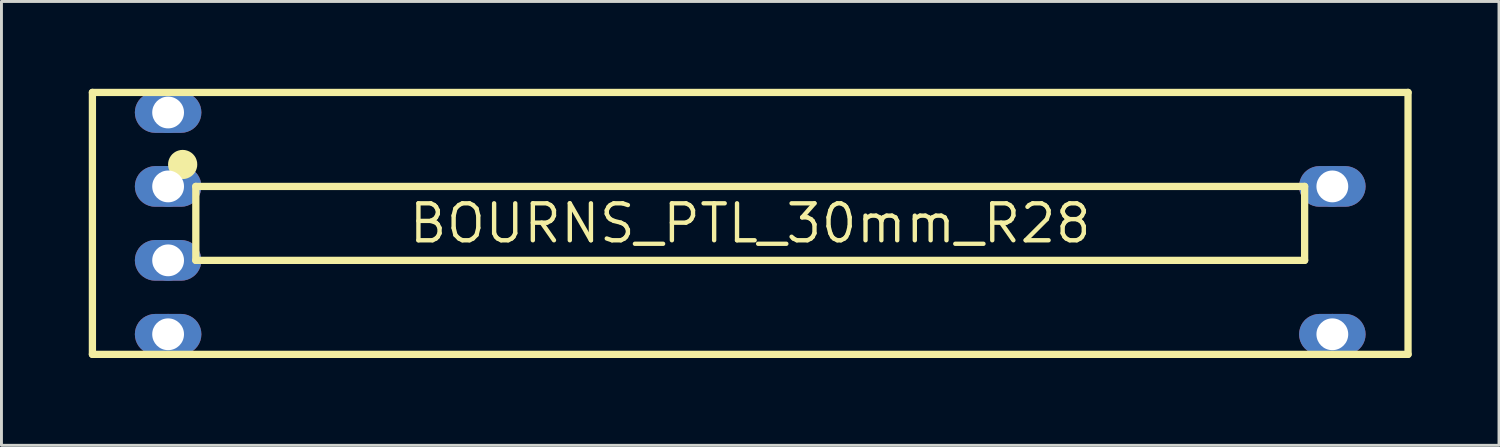
<source format=kicad_pcb>
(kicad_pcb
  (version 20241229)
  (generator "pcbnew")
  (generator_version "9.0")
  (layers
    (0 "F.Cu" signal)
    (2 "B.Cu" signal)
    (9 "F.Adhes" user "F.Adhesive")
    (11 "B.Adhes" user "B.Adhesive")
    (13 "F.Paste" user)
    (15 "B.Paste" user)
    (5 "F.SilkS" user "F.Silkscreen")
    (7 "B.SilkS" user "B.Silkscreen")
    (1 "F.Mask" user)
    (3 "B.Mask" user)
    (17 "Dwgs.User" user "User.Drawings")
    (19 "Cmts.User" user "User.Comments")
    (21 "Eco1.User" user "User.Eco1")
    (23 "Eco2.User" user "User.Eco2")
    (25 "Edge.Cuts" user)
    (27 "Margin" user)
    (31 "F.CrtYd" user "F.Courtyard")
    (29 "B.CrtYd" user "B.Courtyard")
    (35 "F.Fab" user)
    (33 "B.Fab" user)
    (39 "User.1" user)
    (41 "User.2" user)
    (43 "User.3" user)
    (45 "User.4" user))
  (footprint "BOURNS_PTL_30mm_R28"
    (layer "F.Cu")
    (at 22.726 4.625)
    (property "Reference" "BOURNS_PTL_30mm_R28" (at 0 0 0) (layer "F.SilkS") (effects (font (size 1.27 1.27) (thickness 0.15))))
    (fp_poly (pts (xy -19.446 -4.5) (xy -19.34 -4.474) (xy -19.239 -4.432) (xy -19.145 -4.375) (xy -19.061 -4.304) (xy -18.99 -4.221) (xy -18.933 -4.127) (xy -18.891 -4.026) (xy -18.866 -3.919) (xy -18.857 -3.81) (xy -18.866 -3.701) (xy -18.891 -3.594) (xy -18.933 -3.493) (xy -18.99 -3.399) (xy -19.061 -3.316) (xy -19.145 -3.245) (xy -19.239 -3.188) (xy -19.34 -3.146) (xy -19.446 -3.12) (xy -19.556 -3.111) (xy -20.444 -3.111) (xy -20.554 -3.12) (xy -20.66 -3.146) (xy -20.761 -3.188) (xy -20.855 -3.245) (xy -20.939 -3.316) (xy -21.01 -3.399) (xy -21.067 -3.493) (xy -21.109 -3.594) (xy -21.134 -3.701) (xy -21.143 -3.81) (xy -21.134 -3.919) (xy -21.109 -4.026) (xy -21.067 -4.127) (xy -21.01 -4.221) (xy -20.939 -4.304) (xy -20.855 -4.375) (xy -20.761 -4.432) (xy -20.66 -4.474) (xy -20.554 -4.5) (xy -20.444 -4.508) (xy -19.556 -4.508)) (stroke (width 0) (type default)) (fill yes) (layer "F.Cu"))
    (fp_poly (pts (xy -19.446 -1.96) (xy -19.34 -1.934) (xy -19.239 -1.892) (xy -19.145 -1.835) (xy -19.061 -1.764) (xy -18.99 -1.681) (xy -18.933 -1.587) (xy -18.891 -1.486) (xy -18.866 -1.379) (xy -18.857 -1.27) (xy -18.866 -1.161) (xy -18.891 -1.054) (xy -18.933 -0.953) (xy -18.99 -0.859) (xy -19.061 -0.776) (xy -19.145 -0.705) (xy -19.239 -0.648) (xy -19.34 -0.606) (xy -19.446 -0.58) (xy -19.556 -0.571) (xy -20.444 -0.571) (xy -20.554 -0.58) (xy -20.66 -0.606) (xy -20.761 -0.648) (xy -20.855 -0.705) (xy -20.939 -0.776) (xy -21.01 -0.859) (xy -21.067 -0.953) (xy -21.109 -1.054) (xy -21.134 -1.161) (xy -21.143 -1.27) (xy -21.134 -1.379) (xy -21.109 -1.486) (xy -21.067 -1.587) (xy -21.01 -1.681) (xy -20.939 -1.764) (xy -20.855 -1.835) (xy -20.761 -1.892) (xy -20.66 -1.934) (xy -20.554 -1.96) (xy -20.444 -1.969) (xy -19.556 -1.969)) (stroke (width 0) (type default)) (fill yes) (layer "F.Cu"))
    (fp_poly (pts (xy -19.446 0.58) (xy -19.34 0.606) (xy -19.239 0.648) (xy -19.145 0.705) (xy -19.061 0.776) (xy -18.99 0.859) (xy -18.933 0.953) (xy -18.891 1.054) (xy -18.866 1.161) (xy -18.857 1.27) (xy -18.866 1.379) (xy -18.891 1.486) (xy -18.933 1.587) (xy -18.99 1.681) (xy -19.061 1.764) (xy -19.145 1.835) (xy -19.239 1.892) (xy -19.34 1.934) (xy -19.446 1.96) (xy -19.556 1.969) (xy -20.444 1.969) (xy -20.554 1.96) (xy -20.66 1.934) (xy -20.761 1.892) (xy -20.855 1.835) (xy -20.939 1.764) (xy -21.01 1.681) (xy -21.067 1.587) (xy -21.109 1.486) (xy -21.134 1.379) (xy -21.143 1.27) (xy -21.134 1.161) (xy -21.109 1.054) (xy -21.067 0.953) (xy -21.01 0.859) (xy -20.939 0.776) (xy -20.855 0.705) (xy -20.761 0.648) (xy -20.66 0.606) (xy -20.554 0.58) (xy -20.444 0.571) (xy -19.556 0.571)) (stroke (width 0) (type default)) (fill yes) (layer "F.Cu"))
    (fp_poly (pts (xy -19.446 3.12) (xy -19.34 3.146) (xy -19.239 3.188) (xy -19.145 3.245) (xy -19.061 3.316) (xy -18.99 3.399) (xy -18.933 3.493) (xy -18.891 3.594) (xy -18.866 3.701) (xy -18.857 3.81) (xy -18.866 3.919) (xy -18.891 4.026) (xy -18.933 4.127) (xy -18.99 4.221) (xy -19.061 4.304) (xy -19.145 4.375) (xy -19.239 4.432) (xy -19.34 4.474) (xy -19.446 4.5) (xy -19.556 4.508) (xy -20.444 4.508) (xy -20.554 4.5) (xy -20.66 4.474) (xy -20.761 4.432) (xy -20.855 4.375) (xy -20.939 4.304) (xy -21.01 4.221) (xy -21.067 4.127) (xy -21.109 4.026) (xy -21.134 3.919) (xy -21.143 3.81) (xy -21.134 3.701) (xy -21.109 3.594) (xy -21.067 3.493) (xy -21.01 3.399) (xy -20.939 3.316) (xy -20.855 3.245) (xy -20.761 3.188) (xy -20.66 3.146) (xy -20.554 3.12) (xy -20.444 3.111) (xy -19.556 3.111)) (stroke (width 0) (type default)) (fill yes) (layer "F.Cu"))
    (fp_poly (pts (xy 20.554 -1.96) (xy 20.66 -1.934) (xy 20.761 -1.892) (xy 20.855 -1.835) (xy 20.939 -1.764) (xy 21.01 -1.681) (xy 21.067 -1.587) (xy 21.109 -1.486) (xy 21.134 -1.379) (xy 21.143 -1.27) (xy 21.134 -1.161) (xy 21.109 -1.054) (xy 21.067 -0.953) (xy 21.01 -0.859) (xy 20.939 -0.776) (xy 20.855 -0.705) (xy 20.761 -0.648) (xy 20.66 -0.606) (xy 20.554 -0.58) (xy 20.444 -0.571) (xy 19.556 -0.571) (xy 19.446 -0.58) (xy 19.34 -0.606) (xy 19.239 -0.648) (xy 19.145 -0.705) (xy 19.061 -0.776) (xy 18.99 -0.859) (xy 18.933 -0.953) (xy 18.891 -1.054) (xy 18.866 -1.161) (xy 18.857 -1.27) (xy 18.866 -1.379) (xy 18.891 -1.486) (xy 18.933 -1.587) (xy 18.99 -1.681) (xy 19.061 -1.764) (xy 19.145 -1.835) (xy 19.239 -1.892) (xy 19.34 -1.934) (xy 19.446 -1.96) (xy 19.556 -1.969) (xy 20.444 -1.969)) (stroke (width 0) (type default)) (fill yes) (layer "F.Cu"))
    (fp_poly (pts (xy 20.554 3.12) (xy 20.66 3.146) (xy 20.761 3.188) (xy 20.855 3.245) (xy 20.939 3.316) (xy 21.01 3.399) (xy 21.067 3.493) (xy 21.109 3.594) (xy 21.134 3.701) (xy 21.143 3.81) (xy 21.134 3.919) (xy 21.109 4.026) (xy 21.067 4.127) (xy 21.01 4.221) (xy 20.939 4.304) (xy 20.855 4.375) (xy 20.761 4.432) (xy 20.66 4.474) (xy 20.554 4.5) (xy 20.444 4.508) (xy 19.556 4.508) (xy 19.446 4.5) (xy 19.34 4.474) (xy 19.239 4.432) (xy 19.145 4.375) (xy 19.061 4.304) (xy 18.99 4.221) (xy 18.933 4.127) (xy 18.891 4.026) (xy 18.866 3.919) (xy 18.857 3.81) (xy 18.866 3.701) (xy 18.891 3.594) (xy 18.933 3.493) (xy 18.99 3.399) (xy 19.061 3.316) (xy 19.145 3.245) (xy 19.239 3.188) (xy 19.34 3.146) (xy 19.446 3.12) (xy 19.556 3.111) (xy 20.444 3.111)) (stroke (width 0) (type default)) (fill yes) (layer "F.Cu"))
    (fp_poly (pts (xy -19.43 -4.601) (xy -19.308 -4.572) (xy -19.192 -4.524) (xy -19.084 -4.458) (xy -18.989 -4.377) (xy -18.907 -4.281) (xy -18.842 -4.173) (xy -18.794 -4.057) (xy -18.764 -3.935) (xy -18.754 -3.81) (xy -18.764 -3.685) (xy -18.794 -3.563) (xy -18.842 -3.447) (xy -18.907 -3.339) (xy -18.989 -3.243) (xy -19.084 -3.162) (xy -19.192 -3.096) (xy -19.308 -3.048) (xy -19.43 -3.019) (xy -19.556 -3.009) (xy -20.444 -3.009) (xy -20.57 -3.019) (xy -20.692 -3.048) (xy -20.808 -3.096) (xy -20.916 -3.162) (xy -21.011 -3.243) (xy -21.093 -3.339) (xy -21.158 -3.447) (xy -21.206 -3.563) (xy -21.236 -3.685) (xy -21.246 -3.81) (xy -21.236 -3.935) (xy -21.206 -4.057) (xy -21.158 -4.173) (xy -21.093 -4.281) (xy -21.011 -4.377) (xy -20.916 -4.458) (xy -20.808 -4.524) (xy -20.692 -4.572) (xy -20.57 -4.601) (xy -20.444 -4.611) (xy -19.556 -4.611)) (stroke (width 0) (type default)) (fill yes) (layer "F.Mask"))
    (fp_poly (pts (xy -19.43 -2.061) (xy -19.308 -2.032) (xy -19.192 -1.984) (xy -19.084 -1.918) (xy -18.989 -1.837) (xy -18.907 -1.741) (xy -18.842 -1.633) (xy -18.794 -1.517) (xy -18.764 -1.395) (xy -18.754 -1.27) (xy -18.764 -1.145) (xy -18.794 -1.023) (xy -18.842 -0.907) (xy -18.907 -0.799) (xy -18.989 -0.703) (xy -19.084 -0.622) (xy -19.192 -0.556) (xy -19.308 -0.508) (xy -19.43 -0.479) (xy -19.556 -0.469) (xy -20.444 -0.469) (xy -20.57 -0.479) (xy -20.692 -0.508) (xy -20.808 -0.556) (xy -20.916 -0.622) (xy -21.011 -0.703) (xy -21.093 -0.799) (xy -21.158 -0.907) (xy -21.206 -1.023) (xy -21.236 -1.145) (xy -21.246 -1.27) (xy -21.236 -1.395) (xy -21.206 -1.517) (xy -21.158 -1.633) (xy -21.093 -1.741) (xy -21.011 -1.837) (xy -20.916 -1.918) (xy -20.808 -1.984) (xy -20.692 -2.032) (xy -20.57 -2.061) (xy -20.444 -2.071) (xy -19.556 -2.071)) (stroke (width 0) (type default)) (fill yes) (layer "F.Mask"))
    (fp_poly (pts (xy -19.43 0.479) (xy -19.308 0.508) (xy -19.192 0.556) (xy -19.084 0.622) (xy -18.989 0.703) (xy -18.907 0.799) (xy -18.842 0.907) (xy -18.794 1.023) (xy -18.764 1.145) (xy -18.754 1.27) (xy -18.764 1.395) (xy -18.794 1.517) (xy -18.842 1.633) (xy -18.907 1.741) (xy -18.989 1.837) (xy -19.084 1.918) (xy -19.192 1.984) (xy -19.308 2.032) (xy -19.43 2.061) (xy -19.556 2.071) (xy -20.444 2.071) (xy -20.57 2.061) (xy -20.692 2.032) (xy -20.808 1.984) (xy -20.916 1.918) (xy -21.011 1.837) (xy -21.093 1.741) (xy -21.158 1.633) (xy -21.206 1.517) (xy -21.236 1.395) (xy -21.246 1.27) (xy -21.236 1.145) (xy -21.206 1.023) (xy -21.158 0.907) (xy -21.093 0.799) (xy -21.011 0.703) (xy -20.916 0.622) (xy -20.808 0.556) (xy -20.692 0.508) (xy -20.57 0.479) (xy -20.444 0.469) (xy -19.556 0.469)) (stroke (width 0) (type default)) (fill yes) (layer "F.Mask"))
    (fp_poly (pts (xy -19.43 3.019) (xy -19.308 3.048) (xy -19.192 3.096) (xy -19.084 3.162) (xy -18.989 3.243) (xy -18.907 3.339) (xy -18.842 3.447) (xy -18.794 3.563) (xy -18.764 3.685) (xy -18.754 3.81) (xy -18.764 3.935) (xy -18.794 4.057) (xy -18.842 4.173) (xy -18.907 4.281) (xy -18.989 4.377) (xy -19.084 4.458) (xy -19.192 4.524) (xy -19.308 4.572) (xy -19.43 4.601) (xy -19.556 4.611) (xy -20.444 4.611) (xy -20.57 4.601) (xy -20.692 4.572) (xy -20.808 4.524) (xy -20.916 4.458) (xy -21.011 4.377) (xy -21.093 4.281) (xy -21.158 4.173) (xy -21.206 4.057) (xy -21.236 3.935) (xy -21.246 3.81) (xy -21.236 3.685) (xy -21.206 3.563) (xy -21.158 3.447) (xy -21.093 3.339) (xy -21.011 3.243) (xy -20.916 3.162) (xy -20.808 3.096) (xy -20.692 3.048) (xy -20.57 3.019) (xy -20.444 3.009) (xy -19.556 3.009)) (stroke (width 0) (type default)) (fill yes) (layer "F.Mask"))
    (fp_poly (pts (xy 20.57 -2.061) (xy 20.692 -2.032) (xy 20.808 -1.984) (xy 20.916 -1.918) (xy 21.011 -1.837) (xy 21.093 -1.741) (xy 21.158 -1.633) (xy 21.206 -1.517) (xy 21.236 -1.395) (xy 21.246 -1.27) (xy 21.236 -1.145) (xy 21.206 -1.023) (xy 21.158 -0.907) (xy 21.093 -0.799) (xy 21.011 -0.703) (xy 20.916 -0.622) (xy 20.808 -0.556) (xy 20.692 -0.508) (xy 20.57 -0.479) (xy 20.444 -0.469) (xy 19.556 -0.469) (xy 19.43 -0.479) (xy 19.308 -0.508) (xy 19.192 -0.556) (xy 19.084 -0.622) (xy 18.989 -0.703) (xy 18.907 -0.799) (xy 18.842 -0.907) (xy 18.794 -1.023) (xy 18.764 -1.145) (xy 18.754 -1.27) (xy 18.764 -1.395) (xy 18.794 -1.517) (xy 18.842 -1.633) (xy 18.907 -1.741) (xy 18.989 -1.837) (xy 19.084 -1.918) (xy 19.192 -1.984) (xy 19.308 -2.032) (xy 19.43 -2.061) (xy 19.556 -2.071) (xy 20.444 -2.071)) (stroke (width 0) (type default)) (fill yes) (layer "F.Mask"))
    (fp_poly (pts (xy 20.57 3.019) (xy 20.692 3.048) (xy 20.808 3.096) (xy 20.916 3.162) (xy 21.011 3.243) (xy 21.093 3.339) (xy 21.158 3.447) (xy 21.206 3.563) (xy 21.236 3.685) (xy 21.246 3.81) (xy 21.236 3.935) (xy 21.206 4.057) (xy 21.158 4.173) (xy 21.093 4.281) (xy 21.011 4.377) (xy 20.916 4.458) (xy 20.808 4.524) (xy 20.692 4.572) (xy 20.57 4.601) (xy 20.444 4.611) (xy 19.556 4.611) (xy 19.43 4.601) (xy 19.308 4.572) (xy 19.192 4.524) (xy 19.084 4.458) (xy 18.989 4.377) (xy 18.907 4.281) (xy 18.842 4.173) (xy 18.794 4.057) (xy 18.764 3.935) (xy 18.754 3.81) (xy 18.764 3.685) (xy 18.794 3.563) (xy 18.842 3.447) (xy 18.907 3.339) (xy 18.989 3.243) (xy 19.084 3.162) (xy 19.192 3.096) (xy 19.308 3.048) (xy 19.43 3.019) (xy 19.556 3.009) (xy 20.444 3.009)) (stroke (width 0) (type default)) (fill yes) (layer "F.Mask"))
    (fp_poly (pts (xy -19.446 -4.5) (xy -19.34 -4.474) (xy -19.239 -4.432) (xy -19.145 -4.375) (xy -19.061 -4.304) (xy -18.99 -4.221) (xy -18.933 -4.127) (xy -18.891 -4.026) (xy -18.866 -3.919) (xy -18.857 -3.81) (xy -18.866 -3.701) (xy -18.891 -3.594) (xy -18.933 -3.493) (xy -18.99 -3.399) (xy -19.061 -3.316) (xy -19.145 -3.245) (xy -19.239 -3.188) (xy -19.34 -3.146) (xy -19.446 -3.12) (xy -19.556 -3.111) (xy -20.444 -3.111) (xy -20.554 -3.12) (xy -20.66 -3.146) (xy -20.761 -3.188) (xy -20.855 -3.245) (xy -20.939 -3.316) (xy -21.01 -3.399) (xy -21.067 -3.493) (xy -21.109 -3.594) (xy -21.134 -3.701) (xy -21.143 -3.81) (xy -21.134 -3.919) (xy -21.109 -4.026) (xy -21.067 -4.127) (xy -21.01 -4.221) (xy -20.939 -4.304) (xy -20.855 -4.375) (xy -20.761 -4.432) (xy -20.66 -4.474) (xy -20.554 -4.5) (xy -20.444 -4.508) (xy -19.556 -4.508)) (stroke (width 0) (type default)) (fill yes) (layer "B.Cu"))
    (fp_poly (pts (xy -19.446 -1.96) (xy -19.34 -1.934) (xy -19.239 -1.892) (xy -19.145 -1.835) (xy -19.061 -1.764) (xy -18.99 -1.681) (xy -18.933 -1.587) (xy -18.891 -1.486) (xy -18.866 -1.379) (xy -18.857 -1.27) (xy -18.866 -1.161) (xy -18.891 -1.054) (xy -18.933 -0.953) (xy -18.99 -0.859) (xy -19.061 -0.776) (xy -19.145 -0.705) (xy -19.239 -0.648) (xy -19.34 -0.606) (xy -19.446 -0.58) (xy -19.556 -0.571) (xy -20.444 -0.571) (xy -20.554 -0.58) (xy -20.66 -0.606) (xy -20.761 -0.648) (xy -20.855 -0.705) (xy -20.939 -0.776) (xy -21.01 -0.859) (xy -21.067 -0.953) (xy -21.109 -1.054) (xy -21.134 -1.161) (xy -21.143 -1.27) (xy -21.134 -1.379) (xy -21.109 -1.486) (xy -21.067 -1.587) (xy -21.01 -1.681) (xy -20.939 -1.764) (xy -20.855 -1.835) (xy -20.761 -1.892) (xy -20.66 -1.934) (xy -20.554 -1.96) (xy -20.444 -1.969) (xy -19.556 -1.969)) (stroke (width 0) (type default)) (fill yes) (layer "B.Cu"))
    (fp_poly (pts (xy -19.446 0.58) (xy -19.34 0.606) (xy -19.239 0.648) (xy -19.145 0.705) (xy -19.061 0.776) (xy -18.99 0.859) (xy -18.933 0.953) (xy -18.891 1.054) (xy -18.866 1.161) (xy -18.857 1.27) (xy -18.866 1.379) (xy -18.891 1.486) (xy -18.933 1.587) (xy -18.99 1.681) (xy -19.061 1.764) (xy -19.145 1.835) (xy -19.239 1.892) (xy -19.34 1.934) (xy -19.446 1.96) (xy -19.556 1.969) (xy -20.444 1.969) (xy -20.554 1.96) (xy -20.66 1.934) (xy -20.761 1.892) (xy -20.855 1.835) (xy -20.939 1.764) (xy -21.01 1.681) (xy -21.067 1.587) (xy -21.109 1.486) (xy -21.134 1.379) (xy -21.143 1.27) (xy -21.134 1.161) (xy -21.109 1.054) (xy -21.067 0.953) (xy -21.01 0.859) (xy -20.939 0.776) (xy -20.855 0.705) (xy -20.761 0.648) (xy -20.66 0.606) (xy -20.554 0.58) (xy -20.444 0.571) (xy -19.556 0.571)) (stroke (width 0) (type default)) (fill yes) (layer "B.Cu"))
    (fp_poly (pts (xy -19.446 3.12) (xy -19.34 3.146) (xy -19.239 3.188) (xy -19.145 3.245) (xy -19.061 3.316) (xy -18.99 3.399) (xy -18.933 3.493) (xy -18.891 3.594) (xy -18.866 3.701) (xy -18.857 3.81) (xy -18.866 3.919) (xy -18.891 4.026) (xy -18.933 4.127) (xy -18.99 4.221) (xy -19.061 4.304) (xy -19.145 4.375) (xy -19.239 4.432) (xy -19.34 4.474) (xy -19.446 4.5) (xy -19.556 4.508) (xy -20.444 4.508) (xy -20.554 4.5) (xy -20.66 4.474) (xy -20.761 4.432) (xy -20.855 4.375) (xy -20.939 4.304) (xy -21.01 4.221) (xy -21.067 4.127) (xy -21.109 4.026) (xy -21.134 3.919) (xy -21.143 3.81) (xy -21.134 3.701) (xy -21.109 3.594) (xy -21.067 3.493) (xy -21.01 3.399) (xy -20.939 3.316) (xy -20.855 3.245) (xy -20.761 3.188) (xy -20.66 3.146) (xy -20.554 3.12) (xy -20.444 3.111) (xy -19.556 3.111)) (stroke (width 0) (type default)) (fill yes) (layer "B.Cu"))
    (fp_poly (pts (xy 20.554 -1.96) (xy 20.66 -1.934) (xy 20.761 -1.892) (xy 20.855 -1.835) (xy 20.939 -1.764) (xy 21.01 -1.681) (xy 21.067 -1.587) (xy 21.109 -1.486) (xy 21.134 -1.379) (xy 21.143 -1.27) (xy 21.134 -1.161) (xy 21.109 -1.054) (xy 21.067 -0.953) (xy 21.01 -0.859) (xy 20.939 -0.776) (xy 20.855 -0.705) (xy 20.761 -0.648) (xy 20.66 -0.606) (xy 20.554 -0.58) (xy 20.444 -0.571) (xy 19.556 -0.571) (xy 19.446 -0.58) (xy 19.34 -0.606) (xy 19.239 -0.648) (xy 19.145 -0.705) (xy 19.061 -0.776) (xy 18.99 -0.859) (xy 18.933 -0.953) (xy 18.891 -1.054) (xy 18.866 -1.161) (xy 18.857 -1.27) (xy 18.866 -1.379) (xy 18.891 -1.486) (xy 18.933 -1.587) (xy 18.99 -1.681) (xy 19.061 -1.764) (xy 19.145 -1.835) (xy 19.239 -1.892) (xy 19.34 -1.934) (xy 19.446 -1.96) (xy 19.556 -1.969) (xy 20.444 -1.969)) (stroke (width 0) (type default)) (fill yes) (layer "B.Cu"))
    (fp_poly (pts (xy 20.554 3.12) (xy 20.66 3.146) (xy 20.761 3.188) (xy 20.855 3.245) (xy 20.939 3.316) (xy 21.01 3.399) (xy 21.067 3.493) (xy 21.109 3.594) (xy 21.134 3.701) (xy 21.143 3.81) (xy 21.134 3.919) (xy 21.109 4.026) (xy 21.067 4.127) (xy 21.01 4.221) (xy 20.939 4.304) (xy 20.855 4.375) (xy 20.761 4.432) (xy 20.66 4.474) (xy 20.554 4.5) (xy 20.444 4.508) (xy 19.556 4.508) (xy 19.446 4.5) (xy 19.34 4.474) (xy 19.239 4.432) (xy 19.145 4.375) (xy 19.061 4.304) (xy 18.99 4.221) (xy 18.933 4.127) (xy 18.891 4.026) (xy 18.866 3.919) (xy 18.857 3.81) (xy 18.866 3.701) (xy 18.891 3.594) (xy 18.933 3.493) (xy 18.99 3.399) (xy 19.061 3.316) (xy 19.145 3.245) (xy 19.239 3.188) (xy 19.34 3.146) (xy 19.446 3.12) (xy 19.556 3.111) (xy 20.444 3.111)) (stroke (width 0) (type default)) (fill yes) (layer "B.Cu"))
    (fp_poly (pts (xy -19.43 -4.601) (xy -19.308 -4.572) (xy -19.192 -4.524) (xy -19.084 -4.458) (xy -18.989 -4.377) (xy -18.907 -4.281) (xy -18.842 -4.173) (xy -18.794 -4.057) (xy -18.764 -3.935) (xy -18.754 -3.81) (xy -18.764 -3.685) (xy -18.794 -3.563) (xy -18.842 -3.447) (xy -18.907 -3.339) (xy -18.989 -3.243) (xy -19.084 -3.162) (xy -19.192 -3.096) (xy -19.308 -3.048) (xy -19.43 -3.019) (xy -19.556 -3.009) (xy -20.444 -3.009) (xy -20.57 -3.019) (xy -20.692 -3.048) (xy -20.808 -3.096) (xy -20.916 -3.162) (xy -21.011 -3.243) (xy -21.093 -3.339) (xy -21.158 -3.447) (xy -21.206 -3.563) (xy -21.236 -3.685) (xy -21.246 -3.81) (xy -21.236 -3.935) (xy -21.206 -4.057) (xy -21.158 -4.173) (xy -21.093 -4.281) (xy -21.011 -4.377) (xy -20.916 -4.458) (xy -20.808 -4.524) (xy -20.692 -4.572) (xy -20.57 -4.601) (xy -20.444 -4.611) (xy -19.556 -4.611)) (stroke (width 0) (type default)) (fill yes) (layer "B.Mask"))
    (fp_poly (pts (xy -19.43 -2.061) (xy -19.308 -2.032) (xy -19.192 -1.984) (xy -19.084 -1.918) (xy -18.989 -1.837) (xy -18.907 -1.741) (xy -18.842 -1.633) (xy -18.794 -1.517) (xy -18.764 -1.395) (xy -18.754 -1.27) (xy -18.764 -1.145) (xy -18.794 -1.023) (xy -18.842 -0.907) (xy -18.907 -0.799) (xy -18.989 -0.703) (xy -19.084 -0.622) (xy -19.192 -0.556) (xy -19.308 -0.508) (xy -19.43 -0.479) (xy -19.556 -0.469) (xy -20.444 -0.469) (xy -20.57 -0.479) (xy -20.692 -0.508) (xy -20.808 -0.556) (xy -20.916 -0.622) (xy -21.011 -0.703) (xy -21.093 -0.799) (xy -21.158 -0.907) (xy -21.206 -1.023) (xy -21.236 -1.145) (xy -21.246 -1.27) (xy -21.236 -1.395) (xy -21.206 -1.517) (xy -21.158 -1.633) (xy -21.093 -1.741) (xy -21.011 -1.837) (xy -20.916 -1.918) (xy -20.808 -1.984) (xy -20.692 -2.032) (xy -20.57 -2.061) (xy -20.444 -2.071) (xy -19.556 -2.071)) (stroke (width 0) (type default)) (fill yes) (layer "B.Mask"))
    (fp_poly (pts (xy -19.43 0.479) (xy -19.308 0.508) (xy -19.192 0.556) (xy -19.084 0.622) (xy -18.989 0.703) (xy -18.907 0.799) (xy -18.842 0.907) (xy -18.794 1.023) (xy -18.764 1.145) (xy -18.754 1.27) (xy -18.764 1.395) (xy -18.794 1.517) (xy -18.842 1.633) (xy -18.907 1.741) (xy -18.989 1.837) (xy -19.084 1.918) (xy -19.192 1.984) (xy -19.308 2.032) (xy -19.43 2.061) (xy -19.556 2.071) (xy -20.444 2.071) (xy -20.57 2.061) (xy -20.692 2.032) (xy -20.808 1.984) (xy -20.916 1.918) (xy -21.011 1.837) (xy -21.093 1.741) (xy -21.158 1.633) (xy -21.206 1.517) (xy -21.236 1.395) (xy -21.246 1.27) (xy -21.236 1.145) (xy -21.206 1.023) (xy -21.158 0.907) (xy -21.093 0.799) (xy -21.011 0.703) (xy -20.916 0.622) (xy -20.808 0.556) (xy -20.692 0.508) (xy -20.57 0.479) (xy -20.444 0.469) (xy -19.556 0.469)) (stroke (width 0) (type default)) (fill yes) (layer "B.Mask"))
    (fp_poly (pts (xy -19.43 3.019) (xy -19.308 3.048) (xy -19.192 3.096) (xy -19.084 3.162) (xy -18.989 3.243) (xy -18.907 3.339) (xy -18.842 3.447) (xy -18.794 3.563) (xy -18.764 3.685) (xy -18.754 3.81) (xy -18.764 3.935) (xy -18.794 4.057) (xy -18.842 4.173) (xy -18.907 4.281) (xy -18.989 4.377) (xy -19.084 4.458) (xy -19.192 4.524) (xy -19.308 4.572) (xy -19.43 4.601) (xy -19.556 4.611) (xy -20.444 4.611) (xy -20.57 4.601) (xy -20.692 4.572) (xy -20.808 4.524) (xy -20.916 4.458) (xy -21.011 4.377) (xy -21.093 4.281) (xy -21.158 4.173) (xy -21.206 4.057) (xy -21.236 3.935) (xy -21.246 3.81) (xy -21.236 3.685) (xy -21.206 3.563) (xy -21.158 3.447) (xy -21.093 3.339) (xy -21.011 3.243) (xy -20.916 3.162) (xy -20.808 3.096) (xy -20.692 3.048) (xy -20.57 3.019) (xy -20.444 3.009) (xy -19.556 3.009)) (stroke (width 0) (type default)) (fill yes) (layer "B.Mask"))
    (fp_poly (pts (xy 20.57 -2.061) (xy 20.692 -2.032) (xy 20.808 -1.984) (xy 20.916 -1.918) (xy 21.011 -1.837) (xy 21.093 -1.741) (xy 21.158 -1.633) (xy 21.206 -1.517) (xy 21.236 -1.395) (xy 21.246 -1.27) (xy 21.236 -1.145) (xy 21.206 -1.023) (xy 21.158 -0.907) (xy 21.093 -0.799) (xy 21.011 -0.703) (xy 20.916 -0.622) (xy 20.808 -0.556) (xy 20.692 -0.508) (xy 20.57 -0.479) (xy 20.444 -0.469) (xy 19.556 -0.469) (xy 19.43 -0.479) (xy 19.308 -0.508) (xy 19.192 -0.556) (xy 19.084 -0.622) (xy 18.989 -0.703) (xy 18.907 -0.799) (xy 18.842 -0.907) (xy 18.794 -1.023) (xy 18.764 -1.145) (xy 18.754 -1.27) (xy 18.764 -1.395) (xy 18.794 -1.517) (xy 18.842 -1.633) (xy 18.907 -1.741) (xy 18.989 -1.837) (xy 19.084 -1.918) (xy 19.192 -1.984) (xy 19.308 -2.032) (xy 19.43 -2.061) (xy 19.556 -2.071) (xy 20.444 -2.071)) (stroke (width 0) (type default)) (fill yes) (layer "B.Mask"))
    (fp_poly (pts (xy 20.57 3.019) (xy 20.692 3.048) (xy 20.808 3.096) (xy 20.916 3.162) (xy 21.011 3.243) (xy 21.093 3.339) (xy 21.158 3.447) (xy 21.206 3.563) (xy 21.236 3.685) (xy 21.246 3.81) (xy 21.236 3.935) (xy 21.206 4.057) (xy 21.158 4.173) (xy 21.093 4.281) (xy 21.011 4.377) (xy 20.916 4.458) (xy 20.808 4.524) (xy 20.692 4.572) (xy 20.57 4.601) (xy 20.444 4.611) (xy 19.556 4.611) (xy 19.43 4.601) (xy 19.308 4.572) (xy 19.192 4.524) (xy 19.084 4.458) (xy 18.989 4.377) (xy 18.907 4.281) (xy 18.842 4.173) (xy 18.794 4.057) (xy 18.764 3.935) (xy 18.754 3.81) (xy 18.764 3.685) (xy 18.794 3.563) (xy 18.842 3.447) (xy 18.907 3.339) (xy 18.989 3.243) (xy 19.084 3.162) (xy 19.192 3.096) (xy 19.308 3.048) (xy 19.43 3.019) (xy 19.556 3.009) (xy 20.444 3.009)) (stroke (width 0) (type default)) (fill yes) (layer "B.Mask"))
    (fp_line (start -22.601 -4.5) (end -22.601 4.5) (stroke (width 0.25) (type solid)) (layer "F.SilkS"))
    (fp_line (start -22.601 -4.5) (end 22.601 -4.5) (stroke (width 0.25) (type solid)) (layer "F.SilkS"))
    (fp_line (start -22.601 4.5) (end 22.601 4.5) (stroke (width 0.25) (type solid)) (layer "F.SilkS"))
    (fp_line (start -19.048 1.27) (end -19.048 -1.27) (stroke (width 0.25) (type solid)) (layer "F.SilkS"))
    (fp_line (start -19.048 1.27) (end 19.048 1.27) (stroke (width 0.25) (type solid)) (layer "F.SilkS"))
    (fp_line (start 19.048 -1.27) (end -19.048 -1.27) (stroke (width 0.25) (type solid)) (layer "F.SilkS"))
    (fp_line (start 19.048 -1.27) (end 19.048 1.27) (stroke (width 0.25) (type solid)) (layer "F.SilkS"))
    (fp_line (start 22.601 -4.5) (end 22.601 4.5) (stroke (width 0.25) (type solid)) (layer "F.SilkS"))
    (fp_poly (pts (xy -18.998 -1.999) (xy -20.003 -1.999) (xy -20.003 -2.001) (xy -18.998 -2.001)) (stroke (width 0) (type default)) (fill yes) (layer "F.SilkS"))
    (fp_poly (pts (xy -19.42 -2.519) (xy -19.344 -2.5) (xy -19.273 -2.471) (xy -19.204 -2.429) (xy -19.145 -2.379) (xy -19.094 -2.319) (xy -19.052 -2.252) (xy -19.023 -2.178) (xy -19.004 -2.102) (xy -18.999 -2.024) (xy -19.004 -1.947) (xy -19.023 -1.87) (xy -19.052 -1.797) (xy -19.094 -1.73) (xy -19.145 -1.67) (xy -19.204 -1.62) (xy -19.272 -1.579) (xy -19.343 -1.548) (xy -19.421 -1.529) (xy -19.495 -1.524) (xy -19.506 -1.524) (xy -19.579 -1.529) (xy -19.657 -1.548) (xy -19.73 -1.579) (xy -19.796 -1.62) (xy -19.856 -1.67) (xy -19.906 -1.73) (xy -19.947 -1.796) (xy -19.978 -1.87) (xy -19.996 -1.947) (xy -20.002 -2.024) (xy -19.996 -2.102) (xy -19.978 -2.178) (xy -19.947 -2.252) (xy -19.906 -2.319) (xy -19.856 -2.379) (xy -19.796 -2.429) (xy -19.729 -2.471) (xy -19.656 -2.5) (xy -19.58 -2.519) (xy -19.507 -2.525) (xy -19.494 -2.525)) (stroke (width 0) (type default)) (fill yes) (layer "F.SilkS"))
    (pad "1" thru_hole circle (at -20 -1.27) (size 1.397 1.397) (drill 1.092) (layers "*.Cu"))
    (pad "2" thru_hole circle (at -20 -3.81) (size 1.397 1.397) (drill 1.092) (layers "*.Cu"))
    (pad "3" thru_hole circle (at 20 -1.27) (size 1.397 1.397) (drill 1.092) (layers "*.Cu"))
    (pad "4" thru_hole circle (at -20 1.27) (size 1.397 1.397) (drill 1.092) (layers "*.Cu"))
    (pad "5" thru_hole circle (at 20 3.81) (size 1.397 1.397) (drill 1.092) (layers "*.Cu"))
    (pad "6" thru_hole circle (at -20 3.81) (size 1.397 1.397) (drill 1.092) (layers "*.Cu")))
  (gr_rect
    (start -3 -3)
    (end 48.452 12.25)
    (stroke (width 0.1) (type default))
    (fill no)
    (layer "Edge.Cuts")))
</source>
